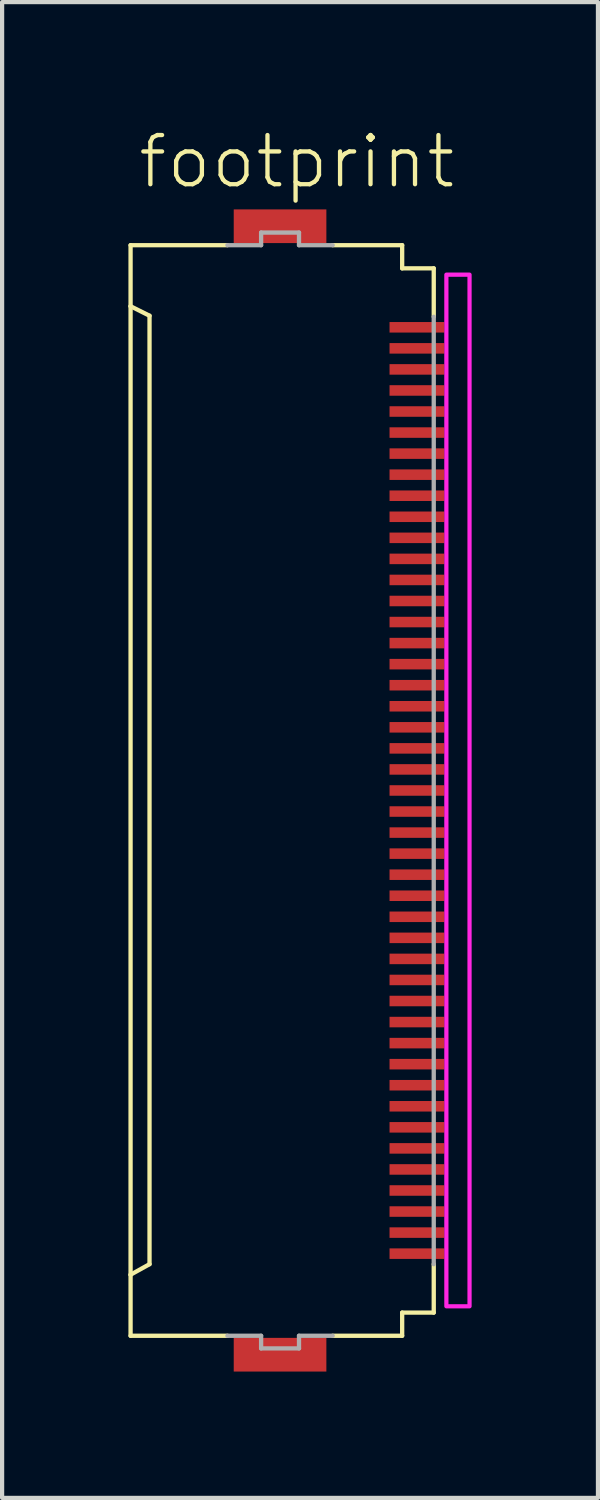
<source format=kicad_pcb>
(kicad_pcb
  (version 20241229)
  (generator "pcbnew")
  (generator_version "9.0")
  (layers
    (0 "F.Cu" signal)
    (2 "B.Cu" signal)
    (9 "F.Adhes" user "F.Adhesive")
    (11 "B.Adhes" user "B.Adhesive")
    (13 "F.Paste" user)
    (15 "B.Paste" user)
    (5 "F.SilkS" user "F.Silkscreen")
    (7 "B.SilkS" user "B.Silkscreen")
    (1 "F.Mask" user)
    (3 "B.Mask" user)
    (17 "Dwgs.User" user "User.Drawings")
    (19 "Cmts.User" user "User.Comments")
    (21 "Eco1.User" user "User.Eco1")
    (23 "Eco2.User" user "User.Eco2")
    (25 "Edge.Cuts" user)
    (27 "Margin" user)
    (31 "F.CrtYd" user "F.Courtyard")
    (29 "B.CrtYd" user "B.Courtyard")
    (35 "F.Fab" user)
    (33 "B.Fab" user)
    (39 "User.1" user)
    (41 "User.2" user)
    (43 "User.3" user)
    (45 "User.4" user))
  (footprint "footprint"
    (layer "F.Cu")
    (at 3.676 15.723)
    (property "Reference" "footprint" (at -3.5 -14.25 0) (layer "F.SilkS") (effects (font (size 1.168 1.168) (thickness 0.102)) (justify left bottom)))
    (fp_poly (pts (xy 2.475 -10.825) (xy 3.875 -10.825) (xy 3.875 -11.175) (xy 2.475 -11.175)) (stroke (width 0) (type solid)) (fill yes) (layer "F.Mask"))
    (fp_poly (pts (xy 2.475 -10.325) (xy 3.875 -10.325) (xy 3.875 -10.675) (xy 2.475 -10.675)) (stroke (width 0) (type solid)) (fill yes) (layer "F.Mask"))
    (fp_poly (pts (xy 2.475 -9.825) (xy 3.875 -9.825) (xy 3.875 -10.175) (xy 2.475 -10.175)) (stroke (width 0) (type solid)) (fill yes) (layer "F.Mask"))
    (fp_poly (pts (xy 2.475 -9.325) (xy 3.875 -9.325) (xy 3.875 -9.675) (xy 2.475 -9.675)) (stroke (width 0) (type solid)) (fill yes) (layer "F.Mask"))
    (fp_poly (pts (xy 2.475 -8.825) (xy 3.875 -8.825) (xy 3.875 -9.175) (xy 2.475 -9.175)) (stroke (width 0) (type solid)) (fill yes) (layer "F.Mask"))
    (fp_poly (pts (xy 2.475 -8.325) (xy 3.875 -8.325) (xy 3.875 -8.675) (xy 2.475 -8.675)) (stroke (width 0) (type solid)) (fill yes) (layer "F.Mask"))
    (fp_poly (pts (xy 2.475 -7.825) (xy 3.875 -7.825) (xy 3.875 -8.175) (xy 2.475 -8.175)) (stroke (width 0) (type solid)) (fill yes) (layer "F.Mask"))
    (fp_poly (pts (xy 2.475 -7.325) (xy 3.875 -7.325) (xy 3.875 -7.675) (xy 2.475 -7.675)) (stroke (width 0) (type solid)) (fill yes) (layer "F.Mask"))
    (fp_poly (pts (xy 2.475 -6.825) (xy 3.875 -6.825) (xy 3.875 -7.175) (xy 2.475 -7.175)) (stroke (width 0) (type solid)) (fill yes) (layer "F.Mask"))
    (fp_poly (pts (xy 2.475 -6.325) (xy 3.875 -6.325) (xy 3.875 -6.675) (xy 2.475 -6.675)) (stroke (width 0) (type solid)) (fill yes) (layer "F.Mask"))
    (fp_poly (pts (xy 2.475 -5.825) (xy 3.875 -5.825) (xy 3.875 -6.175) (xy 2.475 -6.175)) (stroke (width 0) (type solid)) (fill yes) (layer "F.Mask"))
    (fp_poly (pts (xy 2.475 -5.325) (xy 3.875 -5.325) (xy 3.875 -5.675) (xy 2.475 -5.675)) (stroke (width 0) (type solid)) (fill yes) (layer "F.Mask"))
    (fp_poly (pts (xy 2.475 -4.825) (xy 3.875 -4.825) (xy 3.875 -5.175) (xy 2.475 -5.175)) (stroke (width 0) (type solid)) (fill yes) (layer "F.Mask"))
    (fp_poly (pts (xy 2.475 -4.325) (xy 3.875 -4.325) (xy 3.875 -4.675) (xy 2.475 -4.675)) (stroke (width 0) (type solid)) (fill yes) (layer "F.Mask"))
    (fp_poly (pts (xy 2.475 -3.825) (xy 3.875 -3.825) (xy 3.875 -4.175) (xy 2.475 -4.175)) (stroke (width 0) (type solid)) (fill yes) (layer "F.Mask"))
    (fp_poly (pts (xy 2.475 -3.325) (xy 3.875 -3.325) (xy 3.875 -3.675) (xy 2.475 -3.675)) (stroke (width 0) (type solid)) (fill yes) (layer "F.Mask"))
    (fp_poly (pts (xy 2.475 -2.825) (xy 3.875 -2.825) (xy 3.875 -3.175) (xy 2.475 -3.175)) (stroke (width 0) (type solid)) (fill yes) (layer "F.Mask"))
    (fp_poly (pts (xy 2.475 -2.325) (xy 3.875 -2.325) (xy 3.875 -2.675) (xy 2.475 -2.675)) (stroke (width 0) (type solid)) (fill yes) (layer "F.Mask"))
    (fp_poly (pts (xy 2.475 -1.825) (xy 3.875 -1.825) (xy 3.875 -2.175) (xy 2.475 -2.175)) (stroke (width 0) (type solid)) (fill yes) (layer "F.Mask"))
    (fp_poly (pts (xy 2.475 -1.325) (xy 3.875 -1.325) (xy 3.875 -1.675) (xy 2.475 -1.675)) (stroke (width 0) (type solid)) (fill yes) (layer "F.Mask"))
    (fp_poly (pts (xy 2.475 -0.825) (xy 3.875 -0.825) (xy 3.875 -1.175) (xy 2.475 -1.175)) (stroke (width 0) (type solid)) (fill yes) (layer "F.Mask"))
    (fp_poly (pts (xy 2.475 -0.325) (xy 3.875 -0.325) (xy 3.875 -0.675) (xy 2.475 -0.675)) (stroke (width 0) (type solid)) (fill yes) (layer "F.Mask"))
    (fp_poly (pts (xy 2.475 0.175) (xy 3.875 0.175) (xy 3.875 -0.175) (xy 2.475 -0.175)) (stroke (width 0) (type solid)) (fill yes) (layer "F.Mask"))
    (fp_poly (pts (xy 2.475 0.675) (xy 3.875 0.675) (xy 3.875 0.325) (xy 2.475 0.325)) (stroke (width 0) (type solid)) (fill yes) (layer "F.Mask"))
    (fp_poly (pts (xy 2.475 1.175) (xy 3.875 1.175) (xy 3.875 0.825) (xy 2.475 0.825)) (stroke (width 0) (type solid)) (fill yes) (layer "F.Mask"))
    (fp_poly (pts (xy 2.475 1.675) (xy 3.875 1.675) (xy 3.875 1.325) (xy 2.475 1.325)) (stroke (width 0) (type solid)) (fill yes) (layer "F.Mask"))
    (fp_poly (pts (xy 2.475 2.175) (xy 3.875 2.175) (xy 3.875 1.825) (xy 2.475 1.825)) (stroke (width 0) (type solid)) (fill yes) (layer "F.Mask"))
    (fp_poly (pts (xy 2.475 2.675) (xy 3.875 2.675) (xy 3.875 2.325) (xy 2.475 2.325)) (stroke (width 0) (type solid)) (fill yes) (layer "F.Mask"))
    (fp_poly (pts (xy 2.475 3.175) (xy 3.875 3.175) (xy 3.875 2.825) (xy 2.475 2.825)) (stroke (width 0) (type solid)) (fill yes) (layer "F.Mask"))
    (fp_poly (pts (xy 2.475 3.675) (xy 3.875 3.675) (xy 3.875 3.325) (xy 2.475 3.325)) (stroke (width 0) (type solid)) (fill yes) (layer "F.Mask"))
    (fp_poly (pts (xy 2.475 4.175) (xy 3.875 4.175) (xy 3.875 3.825) (xy 2.475 3.825)) (stroke (width 0) (type solid)) (fill yes) (layer "F.Mask"))
    (fp_poly (pts (xy 2.475 4.675) (xy 3.875 4.675) (xy 3.875 4.325) (xy 2.475 4.325)) (stroke (width 0) (type solid)) (fill yes) (layer "F.Mask"))
    (fp_poly (pts (xy 2.475 5.175) (xy 3.875 5.175) (xy 3.875 4.825) (xy 2.475 4.825)) (stroke (width 0) (type solid)) (fill yes) (layer "F.Mask"))
    (fp_poly (pts (xy 2.475 5.675) (xy 3.875 5.675) (xy 3.875 5.325) (xy 2.475 5.325)) (stroke (width 0) (type solid)) (fill yes) (layer "F.Mask"))
    (fp_poly (pts (xy 2.475 6.175) (xy 3.875 6.175) (xy 3.875 5.825) (xy 2.475 5.825)) (stroke (width 0) (type solid)) (fill yes) (layer "F.Mask"))
    (fp_poly (pts (xy 2.475 6.675) (xy 3.875 6.675) (xy 3.875 6.325) (xy 2.475 6.325)) (stroke (width 0) (type solid)) (fill yes) (layer "F.Mask"))
    (fp_poly (pts (xy 2.475 7.175) (xy 3.875 7.175) (xy 3.875 6.825) (xy 2.475 6.825)) (stroke (width 0) (type solid)) (fill yes) (layer "F.Mask"))
    (fp_poly (pts (xy 2.475 7.675) (xy 3.875 7.675) (xy 3.875 7.325) (xy 2.475 7.325)) (stroke (width 0) (type solid)) (fill yes) (layer "F.Mask"))
    (fp_poly (pts (xy 2.475 8.175) (xy 3.875 8.175) (xy 3.875 7.825) (xy 2.475 7.825)) (stroke (width 0) (type solid)) (fill yes) (layer "F.Mask"))
    (fp_poly (pts (xy 2.475 8.675) (xy 3.875 8.675) (xy 3.875 8.325) (xy 2.475 8.325)) (stroke (width 0) (type solid)) (fill yes) (layer "F.Mask"))
    (fp_poly (pts (xy 2.475 9.175) (xy 3.875 9.175) (xy 3.875 8.825) (xy 2.475 8.825)) (stroke (width 0) (type solid)) (fill yes) (layer "F.Mask"))
    (fp_poly (pts (xy 2.475 9.675) (xy 3.875 9.675) (xy 3.875 9.325) (xy 2.475 9.325)) (stroke (width 0) (type solid)) (fill yes) (layer "F.Mask"))
    (fp_poly (pts (xy 2.475 10.175) (xy 3.875 10.175) (xy 3.875 9.825) (xy 2.475 9.825)) (stroke (width 0) (type solid)) (fill yes) (layer "F.Mask"))
    (fp_poly (pts (xy 2.475 10.675) (xy 3.875 10.675) (xy 3.875 10.325) (xy 2.475 10.325)) (stroke (width 0) (type solid)) (fill yes) (layer "F.Mask"))
    (fp_poly (pts (xy 2.475 11.175) (xy 3.875 11.175) (xy 3.875 10.825) (xy 2.475 10.825)) (stroke (width 0) (type solid)) (fill yes) (layer "F.Mask"))
    (fp_line (start -3.625 -12.95) (end -1.325 -12.95) (stroke (width 0.102) (type solid)) (layer "F.SilkS"))
    (fp_line (start -3.625 -11.5) (end -3.625 -12.95) (stroke (width 0.102) (type solid)) (layer "F.SilkS"))
    (fp_line (start -3.625 -11.5) (end -3.625 11.5) (stroke (width 0.102) (type solid)) (layer "F.SilkS"))
    (fp_line (start -3.625 11.5) (end -3.175 11.25) (stroke (width 0.102) (type solid)) (layer "F.SilkS"))
    (fp_line (start -3.625 12.95) (end -3.625 11.5) (stroke (width 0.102) (type solid)) (layer "F.SilkS"))
    (fp_line (start -3.175 -11.275) (end -3.625 -11.5) (stroke (width 0.102) (type solid)) (layer "F.SilkS"))
    (fp_line (start -3.175 11.25) (end -3.175 -11.275) (stroke (width 0.102) (type solid)) (layer "F.SilkS"))
    (fp_line (start -1.325 12.95) (end -3.625 12.95) (stroke (width 0.102) (type solid)) (layer "F.SilkS"))
    (fp_line (start 1.175 -12.95) (end 2.825 -12.95) (stroke (width 0.102) (type solid)) (layer "F.SilkS"))
    (fp_line (start 1.175 12.95) (end 2.825 12.95) (stroke (width 0.102) (type solid)) (layer "F.SilkS"))
    (fp_line (start 2.825 -12.95) (end 2.825 -12.4) (stroke (width 0.102) (type solid)) (layer "F.SilkS"))
    (fp_line (start 2.825 -12.4) (end 3.575 -12.4) (stroke (width 0.102) (type solid)) (layer "F.SilkS"))
    (fp_line (start 2.825 12.4) (end 2.825 12.95) (stroke (width 0.102) (type solid)) (layer "F.SilkS"))
    (fp_line (start 2.825 12.4) (end 3.575 12.4) (stroke (width 0.102) (type solid)) (layer "F.SilkS"))
    (fp_line (start 3.575 -12.4) (end 3.575 -11.25) (stroke (width 0.102) (type solid)) (layer "F.SilkS"))
    (fp_line (start 3.575 11.25) (end 3.575 12.4) (stroke (width 0.102) (type solid)) (layer "F.SilkS"))
    (fp_poly (pts (xy 3.875 12.25) (xy 4.425 12.25) (xy 4.425 -12.25) (xy 3.875 -12.25)) (stroke (width 0.1) (type solid)) (fill no) (layer "F.CrtYd"))
    (fp_line (start -1.325 -12.95) (end -0.525 -12.95) (stroke (width 0.102) (type solid)) (layer "F.Fab"))
    (fp_line (start -0.525 -13.25) (end 0.375 -13.25) (stroke (width 0.102) (type solid)) (layer "F.Fab"))
    (fp_line (start -0.525 -12.95) (end -0.525 -13.25) (stroke (width 0.102) (type solid)) (layer "F.Fab"))
    (fp_line (start -0.525 12.95) (end -1.325 12.95) (stroke (width 0.102) (type solid)) (layer "F.Fab"))
    (fp_line (start -0.525 13.25) (end -0.525 12.95) (stroke (width 0.102) (type solid)) (layer "F.Fab"))
    (fp_line (start 0.375 -13.25) (end 0.375 -12.95) (stroke (width 0.102) (type solid)) (layer "F.Fab"))
    (fp_line (start 0.375 -12.95) (end 1.175 -12.95) (stroke (width 0.102) (type solid)) (layer "F.Fab"))
    (fp_line (start 0.375 12.95) (end 0.375 13.25) (stroke (width 0.102) (type solid)) (layer "F.Fab"))
    (fp_line (start 0.375 13.25) (end -0.525 13.25) (stroke (width 0.102) (type solid)) (layer "F.Fab"))
    (fp_line (start 1.175 12.95) (end 0.375 12.95) (stroke (width 0.102) (type solid)) (layer "F.Fab"))
    (fp_line (start 3.575 -11.25) (end 3.575 11.25) (stroke (width 0.102) (type solid)) (layer "F.Fab"))
    (pad "1" smd rect (at 3.175 -11) (size 1.3 0.25) (layers "F.Cu" "F.Paste"))
    (pad "2" smd rect (at 3.175 -10.5) (size 1.3 0.25) (layers "F.Cu" "F.Paste"))
    (pad "3" smd rect (at 3.175 -10) (size 1.3 0.25) (layers "F.Cu" "F.Paste"))
    (pad "4" smd rect (at 3.175 -9.5) (size 1.3 0.25) (layers "F.Cu" "F.Paste"))
    (pad "5" smd rect (at 3.175 -9) (size 1.3 0.25) (layers "F.Cu" "F.Paste"))
    (pad "6" smd rect (at 3.175 -8.5) (size 1.3 0.25) (layers "F.Cu" "F.Paste"))
    (pad "7" smd rect (at 3.175 -8) (size 1.3 0.25) (layers "F.Cu" "F.Paste"))
    (pad "8" smd rect (at 3.175 -7.5) (size 1.3 0.25) (layers "F.Cu" "F.Paste"))
    (pad "9" smd rect (at 3.175 -7) (size 1.3 0.25) (layers "F.Cu" "F.Paste"))
    (pad "10" smd rect (at 3.175 -6.5) (size 1.3 0.25) (layers "F.Cu" "F.Paste"))
    (pad "11" smd rect (at 3.175 -6) (size 1.3 0.25) (layers "F.Cu" "F.Paste"))
    (pad "12" smd rect (at 3.175 -5.5) (size 1.3 0.25) (layers "F.Cu" "F.Paste"))
    (pad "13" smd rect (at 3.175 -5) (size 1.3 0.25) (layers "F.Cu" "F.Paste"))
    (pad "14" smd rect (at 3.175 -4.5) (size 1.3 0.25) (layers "F.Cu" "F.Paste"))
    (pad "15" smd rect (at 3.175 -4) (size 1.3 0.25) (layers "F.Cu" "F.Paste"))
    (pad "16" smd rect (at 3.175 -3.5) (size 1.3 0.25) (layers "F.Cu" "F.Paste"))
    (pad "17" smd rect (at 3.175 -3) (size 1.3 0.25) (layers "F.Cu" "F.Paste"))
    (pad "18" smd rect (at 3.175 -2.5) (size 1.3 0.25) (layers "F.Cu" "F.Paste"))
    (pad "19" smd rect (at 3.175 -2) (size 1.3 0.25) (layers "F.Cu" "F.Paste"))
    (pad "20" smd rect (at 3.175 -1.5) (size 1.3 0.25) (layers "F.Cu" "F.Paste"))
    (pad "21" smd rect (at 3.175 -1) (size 1.3 0.25) (layers "F.Cu" "F.Paste"))
    (pad "22" smd rect (at 3.175 -0.5) (size 1.3 0.25) (layers "F.Cu" "F.Paste"))
    (pad "23" smd rect (at 3.175 0) (size 1.3 0.25) (layers "F.Cu" "F.Paste"))
    (pad "24" smd rect (at 3.175 0.5) (size 1.3 0.25) (layers "F.Cu" "F.Paste"))
    (pad "25" smd rect (at 3.175 1) (size 1.3 0.25) (layers "F.Cu" "F.Paste"))
    (pad "26" smd rect (at 3.175 1.5) (size 1.3 0.25) (layers "F.Cu" "F.Paste"))
    (pad "27" smd rect (at 3.175 2) (size 1.3 0.25) (layers "F.Cu" "F.Paste"))
    (pad "28" smd rect (at 3.175 2.5) (size 1.3 0.25) (layers "F.Cu" "F.Paste"))
    (pad "29" smd rect (at 3.175 3) (size 1.3 0.25) (layers "F.Cu" "F.Paste"))
    (pad "30" smd rect (at 3.175 3.5) (size 1.3 0.25) (layers "F.Cu" "F.Paste"))
    (pad "31" smd rect (at 3.175 4) (size 1.3 0.25) (layers "F.Cu" "F.Paste"))
    (pad "32" smd rect (at 3.175 4.5) (size 1.3 0.25) (layers "F.Cu" "F.Paste"))
    (pad "33" smd rect (at 3.175 5) (size 1.3 0.25) (layers "F.Cu" "F.Paste"))
    (pad "34" smd rect (at 3.175 5.5) (size 1.3 0.25) (layers "F.Cu" "F.Paste"))
    (pad "35" smd rect (at 3.175 6) (size 1.3 0.25) (layers "F.Cu" "F.Paste"))
    (pad "36" smd rect (at 3.175 6.5) (size 1.3 0.25) (layers "F.Cu" "F.Paste"))
    (pad "37" smd rect (at 3.175 7) (size 1.3 0.25) (layers "F.Cu" "F.Paste"))
    (pad "38" smd rect (at 3.175 7.5) (size 1.3 0.25) (layers "F.Cu" "F.Paste"))
    (pad "39" smd rect (at 3.175 8) (size 1.3 0.25) (layers "F.Cu" "F.Paste"))
    (pad "40" smd rect (at 3.175 8.5) (size 1.3 0.25) (layers "F.Cu" "F.Paste"))
    (pad "41" smd rect (at 3.175 9) (size 1.3 0.25) (layers "F.Cu" "F.Paste"))
    (pad "42" smd rect (at 3.175 9.5) (size 1.3 0.25) (layers "F.Cu" "F.Paste"))
    (pad "43" smd rect (at 3.175 10) (size 1.3 0.25) (layers "F.Cu" "F.Paste"))
    (pad "44" smd rect (at 3.175 10.5) (size 1.3 0.25) (layers "F.Cu" "F.Paste"))
    (pad "45" smd rect (at 3.175 11) (size 1.3 0.25) (layers "F.Cu" "F.Paste"))
    (pad "M1" smd rect (at -0.075 -13.4) (size 2.2 0.8) (layers "F.Cu" "F.Mask" "F.Paste"))
    (pad "M2" smd rect (at -0.075 13.4) (size 2.2 0.8) (layers "F.Cu" "F.Mask" "F.Paste"))
    (zone (net_name "") (layers "F.Cu" "B.Cu") (hatch edge 0.508) (connect_pads) (min_thickness 0.254) (filled_areas_thickness no) (keepout (tracks allowed) (vias not_allowed) (pads allowed) (copperpour allowed) (footprints allowed)) (placement (enabled no)) (fill) (polygon (pts (xy 3.901 26.973) (xy 6.151 26.973) (xy 6.151 4.473) (xy 3.901 4.473)))))
  (gr_rect
    (start -3 -3)
    (end 11.151 32.523)
    (stroke (width 0.1) (type default))
    (fill no)
    (layer "Edge.Cuts")))
</source>
